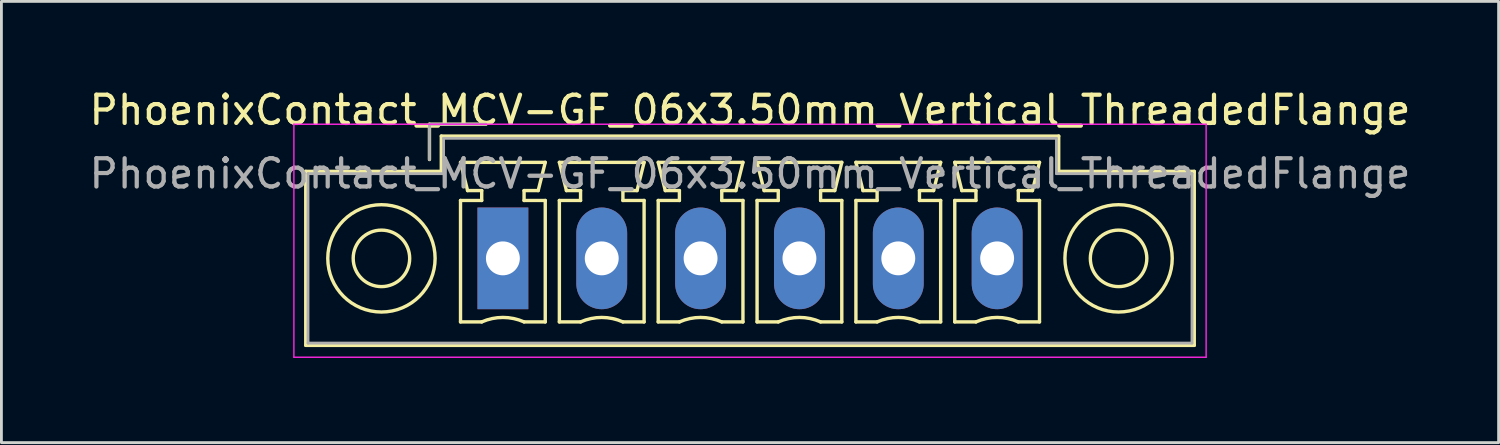
<source format=kicad_pcb>
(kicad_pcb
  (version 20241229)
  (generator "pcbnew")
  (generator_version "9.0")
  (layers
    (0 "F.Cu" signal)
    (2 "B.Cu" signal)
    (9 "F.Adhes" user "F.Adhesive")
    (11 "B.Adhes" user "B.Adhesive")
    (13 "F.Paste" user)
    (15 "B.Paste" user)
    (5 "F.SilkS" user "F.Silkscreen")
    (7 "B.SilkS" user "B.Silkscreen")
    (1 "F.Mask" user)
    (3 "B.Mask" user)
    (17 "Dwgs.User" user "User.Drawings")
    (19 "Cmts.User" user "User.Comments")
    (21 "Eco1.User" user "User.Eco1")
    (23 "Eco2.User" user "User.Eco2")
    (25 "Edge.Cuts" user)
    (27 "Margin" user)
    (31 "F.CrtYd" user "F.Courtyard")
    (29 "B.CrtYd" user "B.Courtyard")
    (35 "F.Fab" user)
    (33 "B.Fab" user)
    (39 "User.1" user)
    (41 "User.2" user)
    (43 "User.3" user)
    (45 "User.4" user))
  (footprint "PhoenixContact_MCV-GF_06x3.50mm_Vertical_ThreadedFlange"
    (layer "F.Cu")
    (at 14.756 6.098)
    (property "Reference" "PhoenixContact_MCV-GF_06x3.50mm_Vertical_ThreadedFlange" (at 8.75 -5.25 0) (layer "F.SilkS") (effects (font (size 1 1) (thickness 0.15))))
    (attr through_hole)
    (fp_line (start -6.98 -3.08) (end -6.98 3.08) (stroke (width 0.12) (type solid)) (layer "F.SilkS"))
    (fp_line (start -6.98 3.08) (end 24.48 3.08) (stroke (width 0.12) (type solid)) (layer "F.SilkS"))
    (fp_line (start -2.6 -4.75) (end -0.6 -4.75) (stroke (width 0.12) (type solid)) (layer "F.SilkS"))
    (fp_line (start -2.6 -3.5) (end -2.6 -4.75) (stroke (width 0.12) (type solid)) (layer "F.SilkS"))
    (fp_line (start -2.18 -4.33) (end -2.18 -3.08) (stroke (width 0.12) (type solid)) (layer "F.SilkS"))
    (fp_line (start -2.18 -3.08) (end -6.98 -3.08) (stroke (width 0.12) (type solid)) (layer "F.SilkS"))
    (fp_line (start -1.5 -3.4) (end 1.5 -3.4) (stroke (width 0.12) (type solid)) (layer "F.SilkS"))
    (fp_line (start -1.5 -2.05) (end -0.75 -2.05) (stroke (width 0.12) (type solid)) (layer "F.SilkS"))
    (fp_line (start -1.5 2.25) (end -1.5 -2.05) (stroke (width 0.12) (type solid)) (layer "F.SilkS"))
    (fp_line (start -1.25 -2.4) (end -1.5 -3.4) (stroke (width 0.12) (type solid)) (layer "F.SilkS"))
    (fp_line (start -0.75 -2.4) (end -1.25 -2.4) (stroke (width 0.12) (type solid)) (layer "F.SilkS"))
    (fp_line (start -0.75 -2.05) (end -0.75 -2.4) (stroke (width 0.12) (type solid)) (layer "F.SilkS"))
    (fp_line (start -0.75 2.25) (end -1.5 2.25) (stroke (width 0.12) (type solid)) (layer "F.SilkS"))
    (fp_line (start 0.75 -2.4) (end 0.75 -2.05) (stroke (width 0.12) (type solid)) (layer "F.SilkS"))
    (fp_line (start 0.75 -2.05) (end 1.5 -2.05) (stroke (width 0.12) (type solid)) (layer "F.SilkS"))
    (fp_line (start 1.25 -2.4) (end 0.75 -2.4) (stroke (width 0.12) (type solid)) (layer "F.SilkS"))
    (fp_line (start 1.5 -3.4) (end 1.25 -2.4) (stroke (width 0.12) (type solid)) (layer "F.SilkS"))
    (fp_line (start 1.5 -2.05) (end 1.5 2.25) (stroke (width 0.12) (type solid)) (layer "F.SilkS"))
    (fp_line (start 1.5 2.25) (end 0.75 2.25) (stroke (width 0.12) (type solid)) (layer "F.SilkS"))
    (fp_line (start 2 -3.4) (end 5 -3.4) (stroke (width 0.12) (type solid)) (layer "F.SilkS"))
    (fp_line (start 2 -2.05) (end 2.75 -2.05) (stroke (width 0.12) (type solid)) (layer "F.SilkS"))
    (fp_line (start 2 2.25) (end 2 -2.05) (stroke (width 0.12) (type solid)) (layer "F.SilkS"))
    (fp_line (start 2.25 -2.4) (end 2 -3.4) (stroke (width 0.12) (type solid)) (layer "F.SilkS"))
    (fp_line (start 2.75 -2.4) (end 2.25 -2.4) (stroke (width 0.12) (type solid)) (layer "F.SilkS"))
    (fp_line (start 2.75 -2.05) (end 2.75 -2.4) (stroke (width 0.12) (type solid)) (layer "F.SilkS"))
    (fp_line (start 2.75 2.25) (end 2 2.25) (stroke (width 0.12) (type solid)) (layer "F.SilkS"))
    (fp_line (start 4.25 -2.4) (end 4.25 -2.05) (stroke (width 0.12) (type solid)) (layer "F.SilkS"))
    (fp_line (start 4.25 -2.05) (end 5 -2.05) (stroke (width 0.12) (type solid)) (layer "F.SilkS"))
    (fp_line (start 4.75 -2.4) (end 4.25 -2.4) (stroke (width 0.12) (type solid)) (layer "F.SilkS"))
    (fp_line (start 5 -3.4) (end 4.75 -2.4) (stroke (width 0.12) (type solid)) (layer "F.SilkS"))
    (fp_line (start 5 -2.05) (end 5 2.25) (stroke (width 0.12) (type solid)) (layer "F.SilkS"))
    (fp_line (start 5 2.25) (end 4.25 2.25) (stroke (width 0.12) (type solid)) (layer "F.SilkS"))
    (fp_line (start 5.5 -3.4) (end 8.5 -3.4) (stroke (width 0.12) (type solid)) (layer "F.SilkS"))
    (fp_line (start 5.5 -2.05) (end 6.25 -2.05) (stroke (width 0.12) (type solid)) (layer "F.SilkS"))
    (fp_line (start 5.5 2.25) (end 5.5 -2.05) (stroke (width 0.12) (type solid)) (layer "F.SilkS"))
    (fp_line (start 5.75 -2.4) (end 5.5 -3.4) (stroke (width 0.12) (type solid)) (layer "F.SilkS"))
    (fp_line (start 6.25 -2.4) (end 5.75 -2.4) (stroke (width 0.12) (type solid)) (layer "F.SilkS"))
    (fp_line (start 6.25 -2.05) (end 6.25 -2.4) (stroke (width 0.12) (type solid)) (layer "F.SilkS"))
    (fp_line (start 6.25 2.25) (end 5.5 2.25) (stroke (width 0.12) (type solid)) (layer "F.SilkS"))
    (fp_line (start 7.75 -2.4) (end 7.75 -2.05) (stroke (width 0.12) (type solid)) (layer "F.SilkS"))
    (fp_line (start 7.75 -2.05) (end 8.5 -2.05) (stroke (width 0.12) (type solid)) (layer "F.SilkS"))
    (fp_line (start 8.25 -2.4) (end 7.75 -2.4) (stroke (width 0.12) (type solid)) (layer "F.SilkS"))
    (fp_line (start 8.5 -3.4) (end 8.25 -2.4) (stroke (width 0.12) (type solid)) (layer "F.SilkS"))
    (fp_line (start 8.5 -2.05) (end 8.5 2.25) (stroke (width 0.12) (type solid)) (layer "F.SilkS"))
    (fp_line (start 8.5 2.25) (end 7.75 2.25) (stroke (width 0.12) (type solid)) (layer "F.SilkS"))
    (fp_line (start 9 -3.4) (end 12 -3.4) (stroke (width 0.12) (type solid)) (layer "F.SilkS"))
    (fp_line (start 9 -2.05) (end 9.75 -2.05) (stroke (width 0.12) (type solid)) (layer "F.SilkS"))
    (fp_line (start 9 2.25) (end 9 -2.05) (stroke (width 0.12) (type solid)) (layer "F.SilkS"))
    (fp_line (start 9.25 -2.4) (end 9 -3.4) (stroke (width 0.12) (type solid)) (layer "F.SilkS"))
    (fp_line (start 9.75 -2.4) (end 9.25 -2.4) (stroke (width 0.12) (type solid)) (layer "F.SilkS"))
    (fp_line (start 9.75 -2.05) (end 9.75 -2.4) (stroke (width 0.12) (type solid)) (layer "F.SilkS"))
    (fp_line (start 9.75 2.25) (end 9 2.25) (stroke (width 0.12) (type solid)) (layer "F.SilkS"))
    (fp_line (start 11.25 -2.4) (end 11.25 -2.05) (stroke (width 0.12) (type solid)) (layer "F.SilkS"))
    (fp_line (start 11.25 -2.05) (end 12 -2.05) (stroke (width 0.12) (type solid)) (layer "F.SilkS"))
    (fp_line (start 11.75 -2.4) (end 11.25 -2.4) (stroke (width 0.12) (type solid)) (layer "F.SilkS"))
    (fp_line (start 12 -3.4) (end 11.75 -2.4) (stroke (width 0.12) (type solid)) (layer "F.SilkS"))
    (fp_line (start 12 -2.05) (end 12 2.25) (stroke (width 0.12) (type solid)) (layer "F.SilkS"))
    (fp_line (start 12 2.25) (end 11.25 2.25) (stroke (width 0.12) (type solid)) (layer "F.SilkS"))
    (fp_line (start 12.5 -3.4) (end 15.5 -3.4) (stroke (width 0.12) (type solid)) (layer "F.SilkS"))
    (fp_line (start 12.5 -2.05) (end 13.25 -2.05) (stroke (width 0.12) (type solid)) (layer "F.SilkS"))
    (fp_line (start 12.5 2.25) (end 12.5 -2.05) (stroke (width 0.12) (type solid)) (layer "F.SilkS"))
    (fp_line (start 12.75 -2.4) (end 12.5 -3.4) (stroke (width 0.12) (type solid)) (layer "F.SilkS"))
    (fp_line (start 13.25 -2.4) (end 12.75 -2.4) (stroke (width 0.12) (type solid)) (layer "F.SilkS"))
    (fp_line (start 13.25 -2.05) (end 13.25 -2.4) (stroke (width 0.12) (type solid)) (layer "F.SilkS"))
    (fp_line (start 13.25 2.25) (end 12.5 2.25) (stroke (width 0.12) (type solid)) (layer "F.SilkS"))
    (fp_line (start 14.75 -2.4) (end 14.75 -2.05) (stroke (width 0.12) (type solid)) (layer "F.SilkS"))
    (fp_line (start 14.75 -2.05) (end 15.5 -2.05) (stroke (width 0.12) (type solid)) (layer "F.SilkS"))
    (fp_line (start 15.25 -2.4) (end 14.75 -2.4) (stroke (width 0.12) (type solid)) (layer "F.SilkS"))
    (fp_line (start 15.5 -3.4) (end 15.25 -2.4) (stroke (width 0.12) (type solid)) (layer "F.SilkS"))
    (fp_line (start 15.5 -2.05) (end 15.5 2.25) (stroke (width 0.12) (type solid)) (layer "F.SilkS"))
    (fp_line (start 15.5 2.25) (end 14.75 2.25) (stroke (width 0.12) (type solid)) (layer "F.SilkS"))
    (fp_line (start 16 -3.4) (end 19 -3.4) (stroke (width 0.12) (type solid)) (layer "F.SilkS"))
    (fp_line (start 16 -2.05) (end 16.75 -2.05) (stroke (width 0.12) (type solid)) (layer "F.SilkS"))
    (fp_line (start 16 2.25) (end 16 -2.05) (stroke (width 0.12) (type solid)) (layer "F.SilkS"))
    (fp_line (start 16.25 -2.4) (end 16 -3.4) (stroke (width 0.12) (type solid)) (layer "F.SilkS"))
    (fp_line (start 16.75 -2.4) (end 16.25 -2.4) (stroke (width 0.12) (type solid)) (layer "F.SilkS"))
    (fp_line (start 16.75 -2.05) (end 16.75 -2.4) (stroke (width 0.12) (type solid)) (layer "F.SilkS"))
    (fp_line (start 16.75 2.25) (end 16 2.25) (stroke (width 0.12) (type solid)) (layer "F.SilkS"))
    (fp_line (start 18.25 -2.4) (end 18.25 -2.05) (stroke (width 0.12) (type solid)) (layer "F.SilkS"))
    (fp_line (start 18.25 -2.05) (end 19 -2.05) (stroke (width 0.12) (type solid)) (layer "F.SilkS"))
    (fp_line (start 18.75 -2.4) (end 18.25 -2.4) (stroke (width 0.12) (type solid)) (layer "F.SilkS"))
    (fp_line (start 19 -3.4) (end 18.75 -2.4) (stroke (width 0.12) (type solid)) (layer "F.SilkS"))
    (fp_line (start 19 -2.05) (end 19 2.25) (stroke (width 0.12) (type solid)) (layer "F.SilkS"))
    (fp_line (start 19 2.25) (end 18.25 2.25) (stroke (width 0.12) (type solid)) (layer "F.SilkS"))
    (fp_line (start 19.68 -4.33) (end -2.18 -4.33) (stroke (width 0.12) (type solid)) (layer "F.SilkS"))
    (fp_line (start 19.68 -3.08) (end 19.68 -4.33) (stroke (width 0.12) (type solid)) (layer "F.SilkS"))
    (fp_line (start 24.48 -3.08) (end 19.68 -3.08) (stroke (width 0.12) (type solid)) (layer "F.SilkS"))
    (fp_line (start 24.48 3.08) (end 24.48 -3.08) (stroke (width 0.12) (type solid)) (layer "F.SilkS"))
    (fp_arc (start -0.75 2.25) (mid -0.000193 2.09191) (end 0.749647 2.249844) (stroke (width 0.12) (type solid)) (layer "F.SilkS"))
    (fp_arc (start 2.75 2.25) (mid 3.499807 2.09191) (end 4.249647 2.249844) (stroke (width 0.12) (type solid)) (layer "F.SilkS"))
    (fp_arc (start 6.25 2.25) (mid 6.999807 2.09191) (end 7.749647 2.249844) (stroke (width 0.12) (type solid)) (layer "F.SilkS"))
    (fp_arc (start 9.75 2.25) (mid 10.499807 2.09191) (end 11.249647 2.249844) (stroke (width 0.12) (type solid)) (layer "F.SilkS"))
    (fp_arc (start 13.25 2.25) (mid 13.999807 2.09191) (end 14.749647 2.249844) (stroke (width 0.12) (type solid)) (layer "F.SilkS"))
    (fp_arc (start 16.75 2.25) (mid 17.499807 2.09191) (end 18.249647 2.249844) (stroke (width 0.12) (type solid)) (layer "F.SilkS"))
    (fp_circle (center -4.3 0) (end -3.3 0) (stroke (width 0.12) (type solid)) (fill no) (layer "F.SilkS"))
    (fp_circle (center -4.3 0) (end -2.4 0) (stroke (width 0.12) (type solid)) (fill no) (layer "F.SilkS"))
    (fp_circle (center 21.8 0) (end 22.8 0) (stroke (width 0.12) (type solid)) (fill no) (layer "F.SilkS"))
    (fp_circle (center 21.8 0) (end 23.7 0) (stroke (width 0.12) (type solid)) (fill no) (layer "F.SilkS"))
    (fp_line (start -7.4 -4.75) (end -7.4 3.5) (stroke (width 0.05) (type solid)) (layer "F.CrtYd"))
    (fp_line (start -7.4 3.5) (end 24.9 3.5) (stroke (width 0.05) (type solid)) (layer "F.CrtYd"))
    (fp_line (start 24.9 -4.75) (end -7.4 -4.75) (stroke (width 0.05) (type solid)) (layer "F.CrtYd"))
    (fp_line (start 24.9 3.5) (end 24.9 -4.75) (stroke (width 0.05) (type solid)) (layer "F.CrtYd"))
    (fp_line (start -6.9 -3) (end -6.9 3) (stroke (width 0.1) (type solid)) (layer "F.Fab"))
    (fp_line (start -6.9 3) (end 24.4 3) (stroke (width 0.1) (type solid)) (layer "F.Fab"))
    (fp_line (start -2.6 -4.75) (end -0.6 -4.75) (stroke (width 0.1) (type solid)) (layer "F.Fab"))
    (fp_line (start -2.6 -3.5) (end -2.6 -4.75) (stroke (width 0.1) (type solid)) (layer "F.Fab"))
    (fp_line (start -2.1 -4.25) (end -2.1 -3) (stroke (width 0.1) (type solid)) (layer "F.Fab"))
    (fp_line (start -2.1 -3) (end -6.9 -3) (stroke (width 0.1) (type solid)) (layer "F.Fab"))
    (fp_line (start 19.6 -4.25) (end -2.1 -4.25) (stroke (width 0.1) (type solid)) (layer "F.Fab"))
    (fp_line (start 19.6 -3) (end 19.6 -4.25) (stroke (width 0.1) (type solid)) (layer "F.Fab"))
    (fp_line (start 24.4 -3) (end 19.6 -3) (stroke (width 0.1) (type solid)) (layer "F.Fab"))
    (fp_line (start 24.4 3) (end 24.4 -3) (stroke (width 0.1) (type solid)) (layer "F.Fab"))
    (fp_text user "${REFERENCE}" (at 8.75 -3 0) (layer "F.Fab") (effects (font (size 1 1) (thickness 0.15))))
    (pad "1" thru_hole rect (at 0 0) (size 1.8 3.6) (drill 1.2) (layers "*.Cu" "*.Mask"))
    (pad "2" thru_hole oval (at 3.5 0) (size 1.8 3.6) (drill 1.2) (layers "*.Cu" "*.Mask"))
    (pad "3" thru_hole oval (at 7 0) (size 1.8 3.6) (drill 1.2) (layers "*.Cu" "*.Mask"))
    (pad "4" thru_hole oval (at 10.5 0) (size 1.8 3.6) (drill 1.2) (layers "*.Cu" "*.Mask"))
    (pad "5" thru_hole oval (at 14 0) (size 1.8 3.6) (drill 1.2) (layers "*.Cu" "*.Mask"))
    (pad "6" thru_hole oval (at 17.5 0) (size 1.8 3.6) (drill 1.2) (layers "*.Cu" "*.Mask")))
  (gr_rect
    (start -3 -3)
    (end 50.012 12.623)
    (stroke (width 0.1) (type default))
    (fill no)
    (layer "Edge.Cuts")))
</source>
